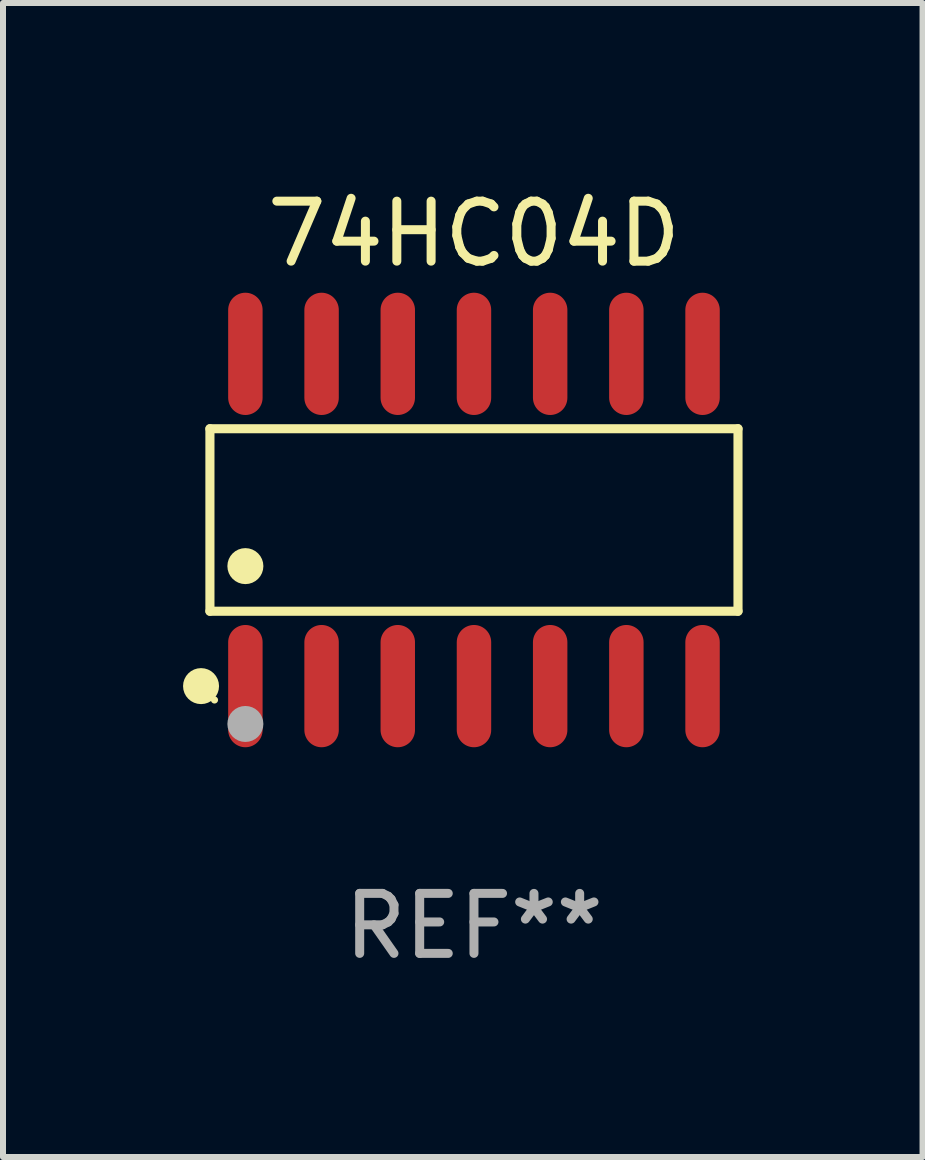
<source format=kicad_pcb>
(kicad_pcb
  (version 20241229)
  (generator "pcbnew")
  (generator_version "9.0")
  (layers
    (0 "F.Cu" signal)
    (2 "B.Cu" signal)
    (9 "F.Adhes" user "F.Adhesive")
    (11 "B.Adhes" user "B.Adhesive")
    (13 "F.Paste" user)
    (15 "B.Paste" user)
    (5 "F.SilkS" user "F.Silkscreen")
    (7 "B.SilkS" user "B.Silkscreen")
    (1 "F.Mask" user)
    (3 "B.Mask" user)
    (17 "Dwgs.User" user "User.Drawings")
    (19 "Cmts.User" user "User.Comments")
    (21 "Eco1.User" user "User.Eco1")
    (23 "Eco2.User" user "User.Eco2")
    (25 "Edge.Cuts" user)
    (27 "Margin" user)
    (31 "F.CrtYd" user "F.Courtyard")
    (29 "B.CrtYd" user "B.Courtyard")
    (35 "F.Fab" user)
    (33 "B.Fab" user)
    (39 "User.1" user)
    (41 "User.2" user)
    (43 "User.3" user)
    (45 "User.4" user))
  (footprint "74HC04D"
    (layer "F.Cu")
    (at 4.85 5.617)
    (property "Reference" "74HC04D" (at 0 -4.769 0) (layer "F.SilkS") (effects (font (size 1 1) (thickness 0.15))))
    (attr through_hole)
    (fp_line (start -4.401 -1.521) (end 4.401 -1.521) (stroke (width 0.152) (type solid)) (layer "F.SilkS"))
    (fp_line (start -4.401 1.521) (end -4.401 -1.521) (stroke (width 0.152) (type solid)) (layer "F.SilkS"))
    (fp_line (start 4.401 -1.521) (end 4.401 1.521) (stroke (width 0.152) (type solid)) (layer "F.SilkS"))
    (fp_line (start 4.401 1.521) (end -4.401 1.521) (stroke (width 0.152) (type solid)) (layer "F.SilkS"))
    (fp_circle (center -4.549 2.769) (end -4.399 2.769) (stroke (width 0.3) (type solid)) (fill no) (layer "F.SilkS"))
    (fp_circle (center -4.325 3) (end -4.295 3) (stroke (width 0.06) (type solid)) (fill no) (layer "F.SilkS"))
    (fp_circle (center -3.81 0.769) (end -3.66 0.769) (stroke (width 0.3) (type solid)) (fill no) (layer "F.SilkS"))
    (fp_circle (center -3.81 3.4) (end -3.66 3.4) (stroke (width 0.3) (type solid)) (fill no) (layer "F.Fab"))
    (fp_text user "REF**" (at 0 6.769 0) (layer "F.Fab") (effects (font (size 1 1) (thickness 0.15))))
    (pad "1" smd oval (at -3.81 2.769) (size 0.574 2.038) (layers "F.Cu" "F.Mask" "F.Paste"))
    (pad "2" smd oval (at -2.54 2.769) (size 0.574 2.038) (layers "F.Cu" "F.Mask" "F.Paste"))
    (pad "3" smd oval (at -1.27 2.769) (size 0.574 2.038) (layers "F.Cu" "F.Mask" "F.Paste"))
    (pad "4" smd oval (at 0 2.769) (size 0.574 2.038) (layers "F.Cu" "F.Mask" "F.Paste"))
    (pad "5" smd oval (at 1.27 2.769) (size 0.574 2.038) (layers "F.Cu" "F.Mask" "F.Paste"))
    (pad "6" smd oval (at 2.54 2.769) (size 0.574 2.038) (layers "F.Cu" "F.Mask" "F.Paste"))
    (pad "7" smd oval (at 3.81 2.769) (size 0.574 2.038) (layers "F.Cu" "F.Mask" "F.Paste"))
    (pad "8" smd oval (at 3.81 -2.769) (size 0.574 2.038) (layers "F.Cu" "F.Mask" "F.Paste"))
    (pad "9" smd oval (at 2.54 -2.769) (size 0.574 2.038) (layers "F.Cu" "F.Mask" "F.Paste"))
    (pad "10" smd oval (at 1.27 -2.769) (size 0.574 2.038) (layers "F.Cu" "F.Mask" "F.Paste"))
    (pad "11" smd oval (at 0 -2.769) (size 0.574 2.038) (layers "F.Cu" "F.Mask" "F.Paste"))
    (pad "12" smd oval (at -1.27 -2.769) (size 0.574 2.038) (layers "F.Cu" "F.Mask" "F.Paste"))
    (pad "13" smd oval (at -2.54 -2.769) (size 0.574 2.038) (layers "F.Cu" "F.Mask" "F.Paste"))
    (pad "14" smd oval (at -3.81 -2.769) (size 0.574 2.038) (layers "F.Cu" "F.Mask" "F.Paste")))
  (gr_rect
    (start -3 -3)
    (end 12.327 16.235)
    (stroke (width 0.1) (type default))
    (fill no)
    (layer "Edge.Cuts")))
</source>
